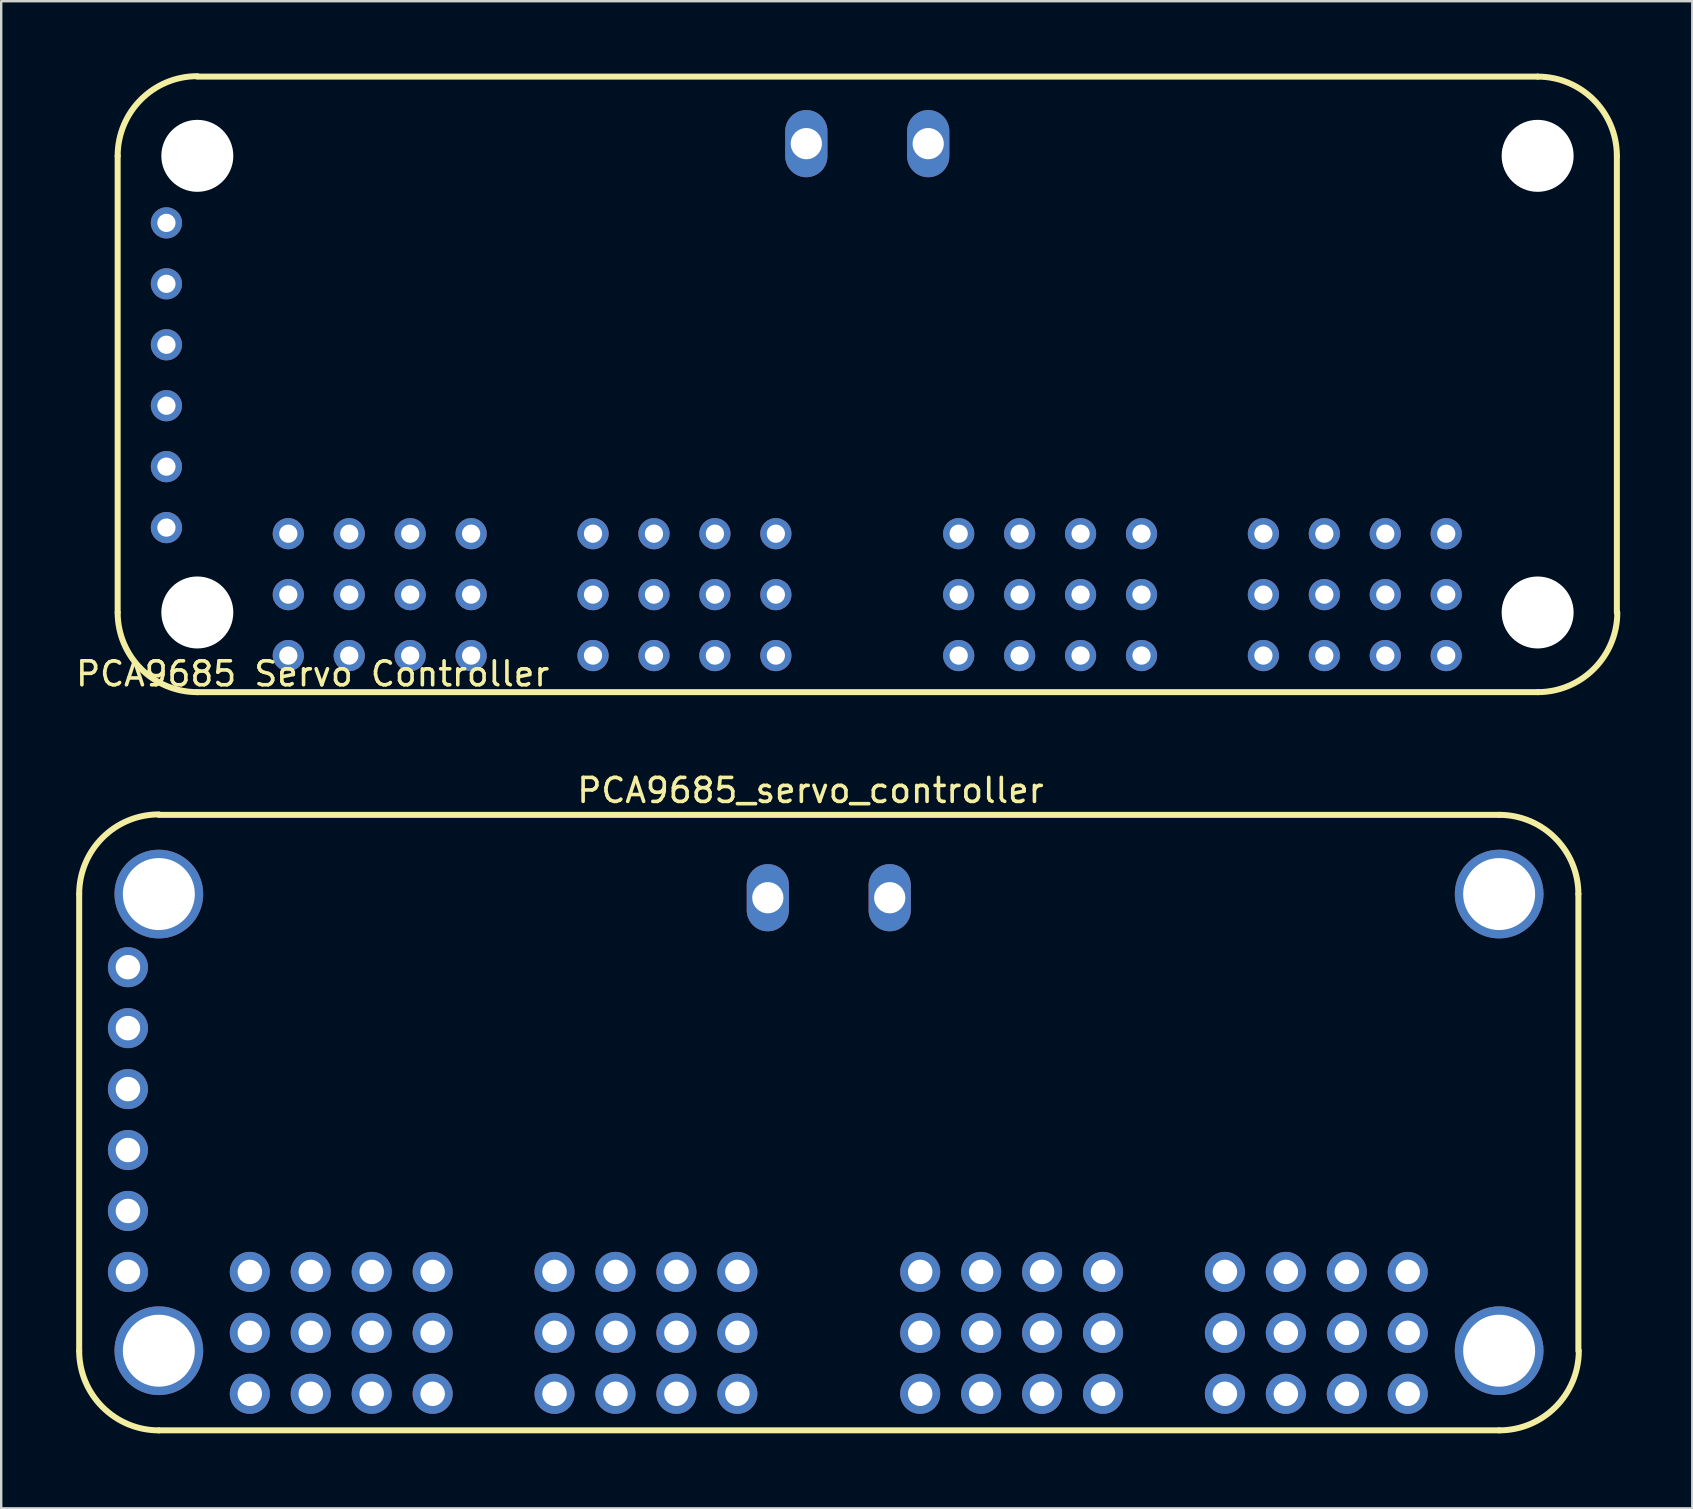
<source format=kicad_pcb>
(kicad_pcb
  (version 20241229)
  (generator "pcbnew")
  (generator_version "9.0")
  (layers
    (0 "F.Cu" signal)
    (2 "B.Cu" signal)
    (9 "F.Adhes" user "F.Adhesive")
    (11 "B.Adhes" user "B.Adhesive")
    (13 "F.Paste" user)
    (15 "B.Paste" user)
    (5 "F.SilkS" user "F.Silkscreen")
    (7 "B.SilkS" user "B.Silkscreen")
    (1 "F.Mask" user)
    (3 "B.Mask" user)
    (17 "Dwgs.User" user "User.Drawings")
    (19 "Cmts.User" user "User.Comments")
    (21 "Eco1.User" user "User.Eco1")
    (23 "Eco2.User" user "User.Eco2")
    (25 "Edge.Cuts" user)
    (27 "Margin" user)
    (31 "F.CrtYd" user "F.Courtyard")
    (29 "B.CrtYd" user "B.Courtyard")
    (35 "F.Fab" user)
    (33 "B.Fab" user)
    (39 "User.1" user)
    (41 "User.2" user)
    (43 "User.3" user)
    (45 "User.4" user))
  (footprint "PCA9685_servo_controller"
    (layer "F.Cu")
    (at 0.25 56.565)
    (property "Reference" "PCA9685_servo_controller" (at 30.48 -26.67 0) (layer "F.SilkS") (effects (font (size 1 1) (thickness 0.15))))
    (attr through_hole)
    (fp_line (start 0 -22.352) (end 0 -3.32) (stroke (width 0.25) (type solid)) (layer "F.SilkS"))
    (fp_line (start 3.32 -25.654) (end 59.182 -25.654) (stroke (width 0.25) (type solid)) (layer "F.SilkS"))
    (fp_line (start 59.182 0) (end 3.32 0) (stroke (width 0.25) (type solid)) (layer "F.SilkS"))
    (fp_line (start 62.484 -3.32) (end 62.484 -22.352) (stroke (width 0.25) (type solid)) (layer "F.SilkS"))
    (fp_arc (start 0 -22.352) (mid 0.972405 -24.699595) (end 3.32 -25.672) (stroke (width 0.25) (type solid)) (layer "F.SilkS"))
    (fp_arc (start 3.32 0) (mid 0.972405 -0.972405) (end 0 -3.32) (stroke (width 0.25) (type solid)) (layer "F.SilkS"))
    (fp_arc (start 59.182 -25.654) (mid 61.516867 -24.686867) (end 62.484 -22.352) (stroke (width 0.25) (type solid)) (layer "F.SilkS"))
    (fp_arc (start 62.502 -3.32) (mid 61.529595 -0.972405) (end 59.182 0) (stroke (width 0.25) (type solid)) (layer "F.SilkS"))
    (pad "" np_thru_hole circle (at 3.32 -22.352) (size 3.698 3.698) (drill 3) (layers "*.Cu" "*.Mask"))
    (pad "" np_thru_hole circle (at 3.32 -3.32) (size 3.698 3.698) (drill 3) (layers "*.Cu" "*.Mask"))
    (pad "" np_thru_hole circle (at 59.182 -22.352) (size 3.698 3.698) (drill 3) (layers "*.Cu" "*.Mask"))
    (pad "" np_thru_hole circle (at 59.182 -3.32) (size 3.698 3.698) (drill 3) (layers "*.Cu" "*.Mask"))
    (pad "1" thru_hole circle (at 2.032 -6.604) (size 1.67 1.67) (drill 1.02) (layers "*.Cu" "*.Mask"))
    (pad "2" thru_hole circle (at 2.032 -9.144) (size 1.67 1.67) (drill 1.02) (layers "*.Cu" "*.Mask"))
    (pad "3" thru_hole circle (at 2.032 -11.684) (size 1.67 1.67) (drill 1.02) (layers "*.Cu" "*.Mask"))
    (pad "4" thru_hole circle (at 2.032 -14.224) (size 1.67 1.67) (drill 1.02) (layers "*.Cu" "*.Mask"))
    (pad "5" thru_hole circle (at 2.032 -16.764) (size 1.67 1.67) (drill 1.02) (layers "*.Cu" "*.Mask"))
    (pad "6" thru_hole circle (at 2.032 -19.304) (size 1.67 1.67) (drill 1.02) (layers "*.Cu" "*.Mask"))
    (pad "7" thru_hole oval (at 28.702 -22.2) (size 1.76 2.8) (drill 1.3) (layers "*.Cu" "*.Mask"))
    (pad "8" thru_hole oval (at 33.782 -22.2) (size 1.76 2.8) (drill 1.3) (layers "*.Cu" "*.Mask"))
    (pad "9" thru_hole circle (at 7.112 -6.604) (size 1.67 1.67) (drill 1.02) (layers "*.Cu" "*.Mask"))
    (pad "10" thru_hole circle (at 7.112 -4.064) (size 1.67 1.67) (drill 1.02) (layers "*.Cu" "*.Mask"))
    (pad "11" thru_hole circle (at 7.112 -1.524) (size 1.67 1.67) (drill 1.02) (layers "*.Cu" "*.Mask"))
    (pad "12" thru_hole circle (at 9.652 -6.604) (size 1.67 1.67) (drill 1.02) (layers "*.Cu" "*.Mask"))
    (pad "13" thru_hole circle (at 9.652 -4.064) (size 1.67 1.67) (drill 1.02) (layers "*.Cu" "*.Mask"))
    (pad "14" thru_hole circle (at 9.652 -1.524) (size 1.67 1.67) (drill 1.02) (layers "*.Cu" "*.Mask"))
    (pad "15" thru_hole circle (at 12.192 -6.604) (size 1.67 1.67) (drill 1.02) (layers "*.Cu" "*.Mask"))
    (pad "16" thru_hole circle (at 12.192 -4.064) (size 1.67 1.67) (drill 1.02) (layers "*.Cu" "*.Mask"))
    (pad "17" thru_hole circle (at 12.192 -1.524) (size 1.67 1.67) (drill 1.02) (layers "*.Cu" "*.Mask"))
    (pad "18" thru_hole circle (at 14.732 -6.604) (size 1.67 1.67) (drill 1.02) (layers "*.Cu" "*.Mask"))
    (pad "19" thru_hole circle (at 14.732 -4.064) (size 1.67 1.67) (drill 1.02) (layers "*.Cu" "*.Mask"))
    (pad "20" thru_hole circle (at 14.732 -1.524) (size 1.67 1.67) (drill 1.02) (layers "*.Cu" "*.Mask"))
    (pad "21" thru_hole circle (at 19.812 -6.604) (size 1.67 1.67) (drill 1.02) (layers "*.Cu" "*.Mask"))
    (pad "22" thru_hole circle (at 19.812 -4.064) (size 1.67 1.67) (drill 1.02) (layers "*.Cu" "*.Mask"))
    (pad "23" thru_hole circle (at 19.812 -1.524) (size 1.67 1.67) (drill 1.02) (layers "*.Cu" "*.Mask"))
    (pad "24" thru_hole circle (at 22.352 -6.604) (size 1.67 1.67) (drill 1.02) (layers "*.Cu" "*.Mask"))
    (pad "25" thru_hole circle (at 22.352 -4.064) (size 1.67 1.67) (drill 1.02) (layers "*.Cu" "*.Mask"))
    (pad "26" thru_hole circle (at 22.352 -1.524) (size 1.67 1.67) (drill 1.02) (layers "*.Cu" "*.Mask"))
    (pad "27" thru_hole circle (at 24.892 -6.604) (size 1.67 1.67) (drill 1.02) (layers "*.Cu" "*.Mask"))
    (pad "28" thru_hole circle (at 24.892 -4.064) (size 1.67 1.67) (drill 1.02) (layers "*.Cu" "*.Mask"))
    (pad "29" thru_hole circle (at 24.892 -1.524) (size 1.67 1.67) (drill 1.02) (layers "*.Cu" "*.Mask"))
    (pad "30" thru_hole circle (at 27.432 -6.604) (size 1.67 1.67) (drill 1.02) (layers "*.Cu" "*.Mask"))
    (pad "31" thru_hole circle (at 27.432 -4.064) (size 1.67 1.67) (drill 1.02) (layers "*.Cu" "*.Mask"))
    (pad "32" thru_hole circle (at 27.432 -1.524) (size 1.67 1.67) (drill 1.02) (layers "*.Cu" "*.Mask"))
    (pad "33" thru_hole circle (at 35.052 -6.604) (size 1.67 1.67) (drill 1.02) (layers "*.Cu" "*.Mask"))
    (pad "34" thru_hole circle (at 35.052 -4.064) (size 1.67 1.67) (drill 1.02) (layers "*.Cu" "*.Mask"))
    (pad "35" thru_hole circle (at 35.052 -1.524) (size 1.67 1.67) (drill 1.02) (layers "*.Cu" "*.Mask"))
    (pad "36" thru_hole circle (at 37.592 -6.604) (size 1.67 1.67) (drill 1.02) (layers "*.Cu" "*.Mask"))
    (pad "37" thru_hole circle (at 37.592 -4.064) (size 1.67 1.67) (drill 1.02) (layers "*.Cu" "*.Mask"))
    (pad "38" thru_hole circle (at 37.592 -1.524) (size 1.67 1.67) (drill 1.02) (layers "*.Cu" "*.Mask"))
    (pad "39" thru_hole circle (at 40.132 -6.604) (size 1.67 1.67) (drill 1.02) (layers "*.Cu" "*.Mask"))
    (pad "40" thru_hole circle (at 40.132 -4.064) (size 1.67 1.67) (drill 1.02) (layers "*.Cu" "*.Mask"))
    (pad "41" thru_hole circle (at 40.132 -1.524) (size 1.67 1.67) (drill 1.02) (layers "*.Cu" "*.Mask"))
    (pad "42" thru_hole circle (at 42.672 -6.604) (size 1.67 1.67) (drill 1.02) (layers "*.Cu" "*.Mask"))
    (pad "43" thru_hole circle (at 42.672 -4.064) (size 1.67 1.67) (drill 1.02) (layers "*.Cu" "*.Mask"))
    (pad "44" thru_hole circle (at 42.672 -1.524) (size 1.67 1.67) (drill 1.02) (layers "*.Cu" "*.Mask"))
    (pad "45" thru_hole circle (at 47.752 -6.604) (size 1.67 1.67) (drill 1.02) (layers "*.Cu" "*.Mask"))
    (pad "46" thru_hole circle (at 47.752 -4.064) (size 1.67 1.67) (drill 1.02) (layers "*.Cu" "*.Mask"))
    (pad "47" thru_hole circle (at 47.752 -1.524) (size 1.67 1.67) (drill 1.02) (layers "*.Cu" "*.Mask"))
    (pad "48" thru_hole circle (at 50.292 -6.604) (size 1.67 1.67) (drill 1.02) (layers "*.Cu" "*.Mask"))
    (pad "49" thru_hole circle (at 50.292 -4.064) (size 1.67 1.67) (drill 1.02) (layers "*.Cu" "*.Mask"))
    (pad "50" thru_hole circle (at 50.292 -1.524) (size 1.67 1.67) (drill 1.02) (layers "*.Cu" "*.Mask"))
    (pad "51" thru_hole circle (at 52.832 -6.604) (size 1.67 1.67) (drill 1.02) (layers "*.Cu" "*.Mask"))
    (pad "52" thru_hole circle (at 52.832 -4.064) (size 1.67 1.67) (drill 1.02) (layers "*.Cu" "*.Mask"))
    (pad "53" thru_hole circle (at 52.832 -1.524) (size 1.67 1.67) (drill 1.02) (layers "*.Cu" "*.Mask"))
    (pad "54" thru_hole circle (at 55.372 -6.604) (size 1.67 1.67) (drill 1.02) (layers "*.Cu" "*.Mask"))
    (pad "55" thru_hole circle (at 55.372 -4.064) (size 1.67 1.67) (drill 1.02) (layers "*.Cu" "*.Mask"))
    (pad "56" thru_hole circle (at 55.372 -1.524) (size 1.67 1.67) (drill 1.02) (layers "*.Cu" "*.Mask")))
  (footprint "PCA9685 Servo Controller"
    (layer "F.Cu")
    (at 1.854 25.797)
    (property "Reference" "PCA9685 Servo Controller" (at 8.128 -0.762 0) (layer "F.SilkS") (effects (font (size 1 1) (thickness 0.15))))
    (attr through_hole)
    (fp_line (start 0 -22.352) (end 0 -3.32) (stroke (width 0.25) (type solid)) (layer "F.SilkS"))
    (fp_line (start 3.32 -25.654) (end 59.182 -25.654) (stroke (width 0.25) (type solid)) (layer "F.SilkS"))
    (fp_line (start 59.182 0) (end 3.32 0) (stroke (width 0.25) (type solid)) (layer "F.SilkS"))
    (fp_line (start 62.484 -3.32) (end 62.484 -22.352) (stroke (width 0.25) (type solid)) (layer "F.SilkS"))
    (fp_arc (start 0 -22.352) (mid 0.972405 -24.699595) (end 3.32 -25.672) (stroke (width 0.25) (type solid)) (layer "F.SilkS"))
    (fp_arc (start 3.32 0) (mid 0.972405 -0.972405) (end 0 -3.32) (stroke (width 0.25) (type solid)) (layer "F.SilkS"))
    (fp_arc (start 59.182 -25.654) (mid 61.516867 -24.686867) (end 62.484 -22.352) (stroke (width 0.25) (type solid)) (layer "F.SilkS"))
    (fp_arc (start 62.502 -3.32) (mid 61.529595 -0.972405) (end 59.182 0) (stroke (width 0.25) (type solid)) (layer "F.SilkS"))
    (pad "" np_thru_hole circle (at 3.32 -22.352) (size 3 3) (drill 3) (layers "*.Cu" "*.Mask"))
    (pad "" np_thru_hole circle (at 3.32 -3.32) (size 3 3) (drill 3) (layers "*.Cu" "*.Mask"))
    (pad "" np_thru_hole circle (at 59.182 -22.352) (size 3 3) (drill 3) (layers "*.Cu" "*.Mask"))
    (pad "" np_thru_hole circle (at 59.182 -3.32) (size 3 3) (drill 3) (layers "*.Cu" "*.Mask"))
    (pad "1" thru_hole circle (at 2.032 -6.858) (size 1.3 1.3) (drill 0.76) (layers "*.Cu" "*.Mask"))
    (pad "2" thru_hole circle (at 2.032 -9.398) (size 1.3 1.3) (drill 0.76) (layers "*.Cu" "*.Mask"))
    (pad "3" thru_hole circle (at 2.032 -11.938) (size 1.3 1.3) (drill 0.76) (layers "*.Cu" "*.Mask"))
    (pad "4" thru_hole circle (at 2.032 -14.478) (size 1.3 1.3) (drill 0.76) (layers "*.Cu" "*.Mask"))
    (pad "5" thru_hole circle (at 2.032 -17.018) (size 1.3 1.3) (drill 0.76) (layers "*.Cu" "*.Mask"))
    (pad "6" thru_hole circle (at 2.032 -19.558) (size 1.3 1.3) (drill 0.76) (layers "*.Cu" "*.Mask"))
    (pad "7" thru_hole oval (at 28.702 -22.86) (size 1.76 2.8) (drill 1.3) (layers "*.Cu" "*.Mask"))
    (pad "8" thru_hole oval (at 33.782 -22.86) (size 1.76 2.8) (drill 1.3) (layers "*.Cu" "*.Mask"))
    (pad "9" thru_hole oval (at 7.112 -6.604) (size 1.3 1.3) (drill 0.76) (layers "*.Cu" "*.Mask"))
    (pad "10" thru_hole oval (at 7.112 -4.064) (size 1.3 1.3) (drill 0.76) (layers "*.Cu" "*.Mask"))
    (pad "11" thru_hole oval (at 7.112 -1.524) (size 1.3 1.3) (drill 0.76) (layers "*.Cu" "*.Mask"))
    (pad "12" thru_hole oval (at 9.652 -6.604) (size 1.3 1.3) (drill 0.76) (layers "*.Cu" "*.Mask"))
    (pad "13" thru_hole oval (at 9.652 -4.064) (size 1.3 1.3) (drill 0.76) (layers "*.Cu" "*.Mask"))
    (pad "14" thru_hole oval (at 9.652 -1.524) (size 1.3 1.3) (drill 0.76) (layers "*.Cu" "*.Mask"))
    (pad "15" thru_hole oval (at 12.192 -6.604) (size 1.3 1.3) (drill 0.76) (layers "*.Cu" "*.Mask"))
    (pad "16" thru_hole oval (at 12.192 -4.064) (size 1.3 1.3) (drill 0.76) (layers "*.Cu" "*.Mask"))
    (pad "17" thru_hole oval (at 12.192 -1.524) (size 1.3 1.3) (drill 0.76) (layers "*.Cu" "*.Mask"))
    (pad "18" thru_hole oval (at 14.732 -6.604) (size 1.3 1.3) (drill 0.76) (layers "*.Cu" "*.Mask"))
    (pad "19" thru_hole oval (at 14.732 -4.064) (size 1.3 1.3) (drill 0.76) (layers "*.Cu" "*.Mask"))
    (pad "20" thru_hole oval (at 14.732 -1.524) (size 1.3 1.3) (drill 0.76) (layers "*.Cu" "*.Mask"))
    (pad "21" thru_hole oval (at 19.812 -6.604) (size 1.3 1.3) (drill 0.76) (layers "*.Cu" "*.Mask"))
    (pad "22" thru_hole oval (at 19.812 -4.064) (size 1.3 1.3) (drill 0.76) (layers "*.Cu" "*.Mask"))
    (pad "23" thru_hole oval (at 19.812 -1.524) (size 1.3 1.3) (drill 0.76) (layers "*.Cu" "*.Mask"))
    (pad "24" thru_hole oval (at 22.352 -6.604) (size 1.3 1.3) (drill 0.76) (layers "*.Cu" "*.Mask"))
    (pad "25" thru_hole oval (at 22.352 -4.064) (size 1.3 1.3) (drill 0.76) (layers "*.Cu" "*.Mask"))
    (pad "26" thru_hole oval (at 22.352 -1.524) (size 1.3 1.3) (drill 0.76) (layers "*.Cu" "*.Mask"))
    (pad "27" thru_hole oval (at 24.892 -6.604) (size 1.3 1.3) (drill 0.76) (layers "*.Cu" "*.Mask"))
    (pad "28" thru_hole oval (at 24.892 -4.064) (size 1.3 1.3) (drill 0.76) (layers "*.Cu" "*.Mask"))
    (pad "29" thru_hole oval (at 24.892 -1.524) (size 1.3 1.3) (drill 0.76) (layers "*.Cu" "*.Mask"))
    (pad "30" thru_hole oval (at 27.432 -6.604) (size 1.3 1.3) (drill 0.76) (layers "*.Cu" "*.Mask"))
    (pad "31" thru_hole oval (at 27.432 -4.064) (size 1.3 1.3) (drill 0.76) (layers "*.Cu" "*.Mask"))
    (pad "32" thru_hole oval (at 27.432 -1.524) (size 1.3 1.3) (drill 0.76) (layers "*.Cu" "*.Mask"))
    (pad "33" thru_hole oval (at 35.052 -6.604) (size 1.3 1.3) (drill 0.76) (layers "*.Cu" "*.Mask"))
    (pad "34" thru_hole oval (at 35.052 -4.064) (size 1.3 1.3) (drill 0.76) (layers "*.Cu" "*.Mask"))
    (pad "35" thru_hole oval (at 35.052 -1.524) (size 1.3 1.3) (drill 0.76) (layers "*.Cu" "*.Mask"))
    (pad "36" thru_hole oval (at 37.592 -6.604) (size 1.3 1.3) (drill 0.76) (layers "*.Cu" "*.Mask"))
    (pad "37" thru_hole oval (at 37.592 -4.064) (size 1.3 1.3) (drill 0.76) (layers "*.Cu" "*.Mask"))
    (pad "38" thru_hole oval (at 37.592 -1.524) (size 1.3 1.3) (drill 0.76) (layers "*.Cu" "*.Mask"))
    (pad "39" thru_hole oval (at 40.132 -6.604) (size 1.3 1.3) (drill 0.76) (layers "*.Cu" "*.Mask"))
    (pad "40" thru_hole oval (at 40.132 -4.064) (size 1.3 1.3) (drill 0.76) (layers "*.Cu" "*.Mask"))
    (pad "41" thru_hole oval (at 40.132 -1.524) (size 1.3 1.3) (drill 0.76) (layers "*.Cu" "*.Mask"))
    (pad "42" thru_hole oval (at 42.672 -6.604) (size 1.3 1.3) (drill 0.76) (layers "*.Cu" "*.Mask"))
    (pad "43" thru_hole oval (at 42.672 -4.064) (size 1.3 1.3) (drill 0.76) (layers "*.Cu" "*.Mask"))
    (pad "44" thru_hole oval (at 42.672 -1.524) (size 1.3 1.3) (drill 0.76) (layers "*.Cu" "*.Mask"))
    (pad "45" thru_hole oval (at 47.752 -6.604) (size 1.3 1.3) (drill 0.76) (layers "*.Cu" "*.Mask"))
    (pad "46" thru_hole oval (at 47.752 -4.064) (size 1.3 1.3) (drill 0.76) (layers "*.Cu" "*.Mask"))
    (pad "47" thru_hole oval (at 47.752 -1.524) (size 1.3 1.3) (drill 0.76) (layers "*.Cu" "*.Mask"))
    (pad "48" thru_hole oval (at 50.292 -6.604) (size 1.3 1.3) (drill 0.76) (layers "*.Cu" "*.Mask"))
    (pad "49" thru_hole oval (at 50.292 -4.064) (size 1.3 1.3) (drill 0.76) (layers "*.Cu" "*.Mask"))
    (pad "50" thru_hole oval (at 50.292 -1.524) (size 1.3 1.3) (drill 0.76) (layers "*.Cu" "*.Mask"))
    (pad "51" thru_hole oval (at 52.832 -6.604) (size 1.3 1.3) (drill 0.76) (layers "*.Cu" "*.Mask"))
    (pad "52" thru_hole oval (at 52.832 -4.064) (size 1.3 1.3) (drill 0.76) (layers "*.Cu" "*.Mask"))
    (pad "53" thru_hole oval (at 52.832 -1.524) (size 1.3 1.3) (drill 0.76) (layers "*.Cu" "*.Mask"))
    (pad "54" thru_hole oval (at 55.372 -6.604) (size 1.3 1.3) (drill 0.76) (layers "*.Cu" "*.Mask"))
    (pad "55" thru_hole oval (at 55.372 -4.064) (size 1.3 1.3) (drill 0.76) (layers "*.Cu" "*.Mask"))
    (pad "56" thru_hole oval (at 55.372 -1.524) (size 1.3 1.3) (drill 0.76) (layers "*.Cu" "*.Mask")))
  (gr_rect
    (start -3 -3)
    (end 67.481 59.815)
    (stroke (width 0.1) (type default))
    (fill no)
    (layer "Edge.Cuts")))
</source>
